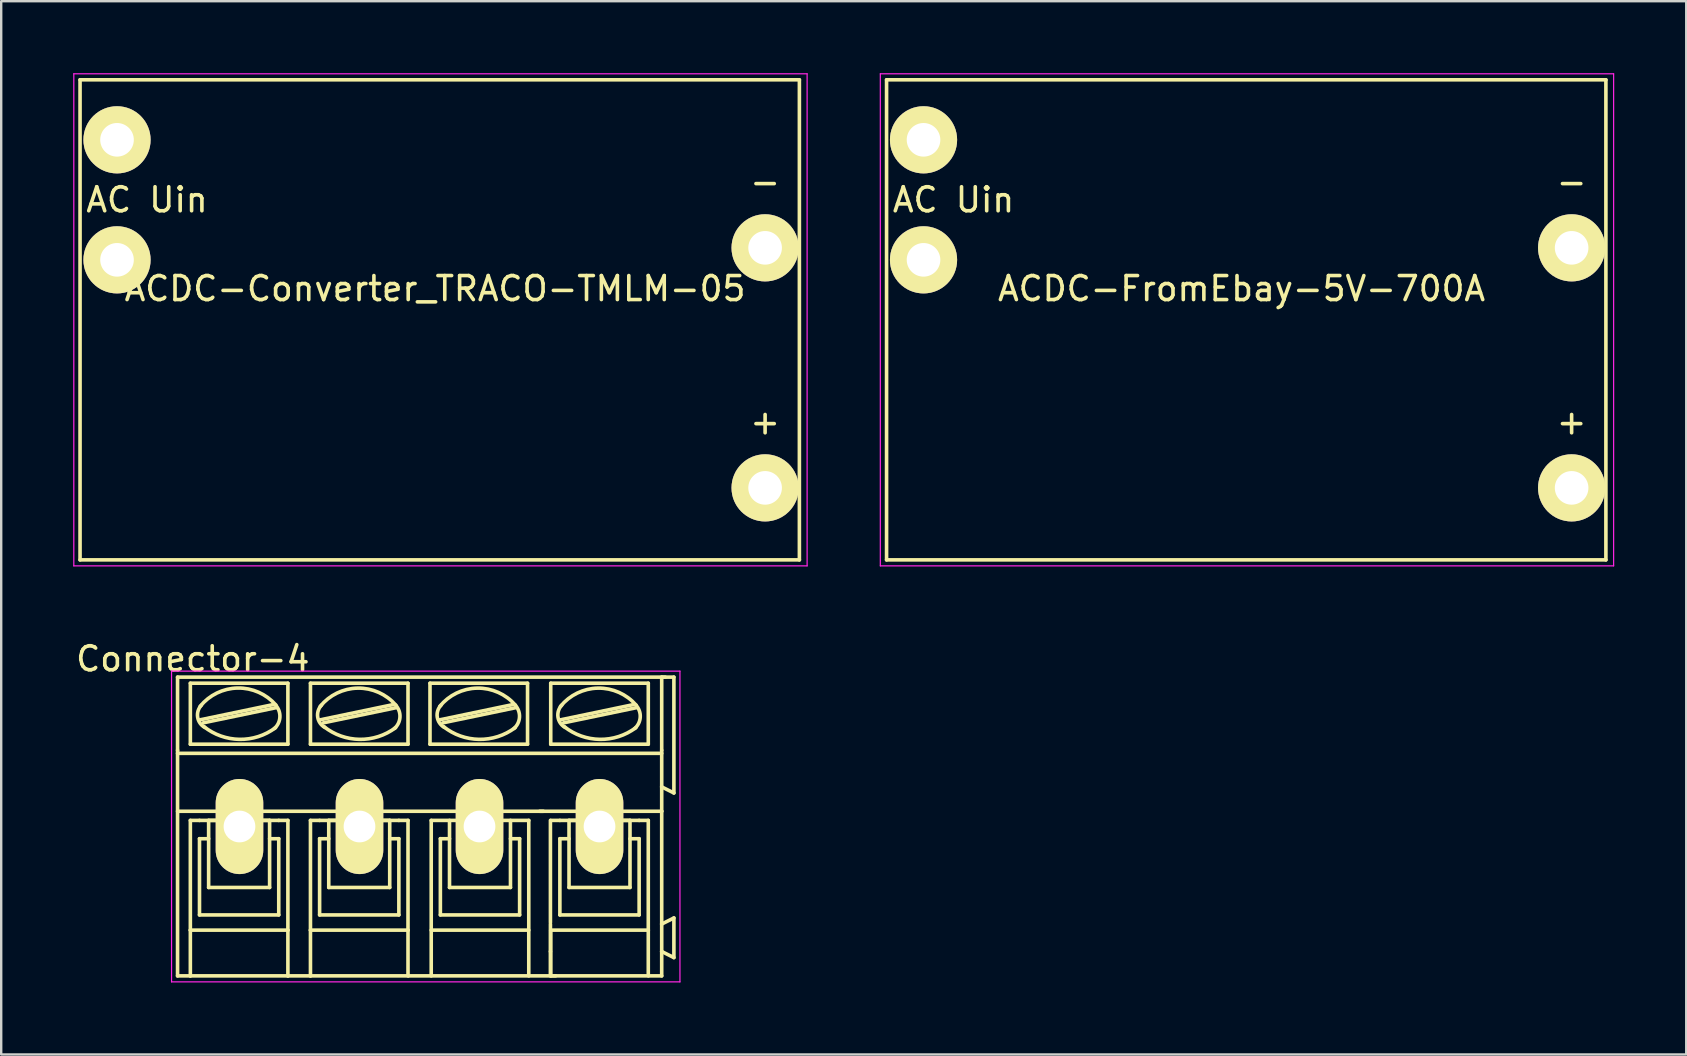
<source format=kicad_pcb>
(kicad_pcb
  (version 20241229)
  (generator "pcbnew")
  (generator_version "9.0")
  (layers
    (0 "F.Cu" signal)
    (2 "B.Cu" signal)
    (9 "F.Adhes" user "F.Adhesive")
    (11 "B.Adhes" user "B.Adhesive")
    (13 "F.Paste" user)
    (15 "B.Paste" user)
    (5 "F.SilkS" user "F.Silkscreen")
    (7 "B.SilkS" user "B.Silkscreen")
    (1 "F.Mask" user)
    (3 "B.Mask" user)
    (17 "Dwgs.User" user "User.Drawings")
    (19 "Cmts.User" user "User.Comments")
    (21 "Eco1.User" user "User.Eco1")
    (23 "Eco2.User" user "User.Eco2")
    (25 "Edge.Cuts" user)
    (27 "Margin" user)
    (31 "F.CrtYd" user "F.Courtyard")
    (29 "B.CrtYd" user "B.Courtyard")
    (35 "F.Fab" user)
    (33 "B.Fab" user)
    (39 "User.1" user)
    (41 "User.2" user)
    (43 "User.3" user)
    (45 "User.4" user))
  (footprint "Connector-4"
    (layer "F.Cu")
    (at 6.927 31.383)
    (property "Reference" "Connector-4" (at -1.945 -6.985 0) (layer "F.SilkS") (effects (font (size 1 1) (thickness 0.15))))
    (attr exclude_from_pos_files exclude_from_bom)
    (fp_line (start -2.58 -3.175) (end -2.58 -6.223) (stroke (width 0.15) (type solid)) (layer "F.SilkS"))
    (fp_line (start -2.58 -0.635) (end -2.58 -3.175) (stroke (width 0.15) (type solid)) (layer "F.SilkS"))
    (fp_line (start -2.58 6.223) (end -2.58 -0.635) (stroke (width 0.15) (type solid)) (layer "F.SilkS"))
    (fp_line (start -2.58 6.223) (end -2.047 6.223) (stroke (width 0.15) (type solid)) (layer "F.SilkS"))
    (fp_line (start -2.047 -3.429) (end -2.047 -5.969) (stroke (width 0.15) (type solid)) (layer "F.SilkS"))
    (fp_line (start -2.047 -0.254) (end -2.047 4.318) (stroke (width 0.15) (type solid)) (layer "F.SilkS"))
    (fp_line (start -2.047 -0.254) (end -1.666 -0.254) (stroke (width 0.15) (type solid)) (layer "F.SilkS"))
    (fp_line (start -2.047 4.318) (end -2.047 6.223) (stroke (width 0.15) (type solid)) (layer "F.SilkS"))
    (fp_line (start -2.047 6.223) (end 2.017 6.223) (stroke (width 0.15) (type solid)) (layer "F.SilkS"))
    (fp_line (start -1.666 0.508) (end -1.285 0.508) (stroke (width 0.15) (type solid)) (layer "F.SilkS"))
    (fp_line (start -1.666 3.683) (end -1.666 0.508) (stroke (width 0.15) (type solid)) (layer "F.SilkS"))
    (fp_line (start -1.64 -4.445) (end 1.41 -5.08) (stroke (width 0.15) (type solid)) (layer "F.SilkS"))
    (fp_line (start -1.513 -4.318) (end 1.535 -4.953) (stroke (width 0.15) (type solid)) (layer "F.SilkS"))
    (fp_line (start -1.285 -0.254) (end 1.255 -0.254) (stroke (width 0.15) (type solid)) (layer "F.SilkS"))
    (fp_line (start -1.285 2.54) (end -1.285 -0.254) (stroke (width 0.15) (type solid)) (layer "F.SilkS"))
    (fp_line (start -1.285 2.54) (end 1.255 2.54) (stroke (width 0.15) (type solid)) (layer "F.SilkS"))
    (fp_line (start 1.255 2.54) (end 1.255 -0.254) (stroke (width 0.15) (type solid)) (layer "F.SilkS"))
    (fp_line (start 1.636 -0.254) (end -1.666 -0.254) (stroke (width 0.15) (type solid)) (layer "F.SilkS"))
    (fp_line (start 1.636 0.508) (end 1.255 0.508) (stroke (width 0.15) (type solid)) (layer "F.SilkS"))
    (fp_line (start 1.636 3.683) (end -1.666 3.683) (stroke (width 0.15) (type solid)) (layer "F.SilkS"))
    (fp_line (start 1.636 3.683) (end 1.636 0.508) (stroke (width 0.15) (type solid)) (layer "F.SilkS"))
    (fp_line (start 2.017 -5.969) (end -2.047 -5.969) (stroke (width 0.15) (type solid)) (layer "F.SilkS"))
    (fp_line (start 2.017 -3.429) (end -2.047 -3.429) (stroke (width 0.15) (type solid)) (layer "F.SilkS"))
    (fp_line (start 2.017 -3.429) (end 2.017 -5.969) (stroke (width 0.15) (type solid)) (layer "F.SilkS"))
    (fp_line (start 2.017 -0.254) (end 1.636 -0.254) (stroke (width 0.15) (type solid)) (layer "F.SilkS"))
    (fp_line (start 2.017 4.318) (end -2.047 4.318) (stroke (width 0.15) (type solid)) (layer "F.SilkS"))
    (fp_line (start 2.017 4.318) (end 2.017 -0.254) (stroke (width 0.15) (type solid)) (layer "F.SilkS"))
    (fp_line (start 2.017 6.223) (end 2.017 4.318) (stroke (width 0.15) (type solid)) (layer "F.SilkS"))
    (fp_line (start 2.017 6.223) (end 2.957 6.223) (stroke (width 0.15) (type solid)) (layer "F.SilkS"))
    (fp_line (start 2.957 -5.969) (end 7.021 -5.969) (stroke (width 0.15) (type solid)) (layer "F.SilkS"))
    (fp_line (start 2.957 -3.429) (end 2.957 -5.969) (stroke (width 0.15) (type solid)) (layer "F.SilkS"))
    (fp_line (start 2.957 -0.254) (end 3.338 -0.254) (stroke (width 0.15) (type solid)) (layer "F.SilkS"))
    (fp_line (start 2.957 4.318) (end 2.957 -0.254) (stroke (width 0.15) (type solid)) (layer "F.SilkS"))
    (fp_line (start 2.957 4.318) (end 7.021 4.318) (stroke (width 0.15) (type solid)) (layer "F.SilkS"))
    (fp_line (start 2.957 6.223) (end 2.957 4.318) (stroke (width 0.15) (type solid)) (layer "F.SilkS"))
    (fp_line (start 2.957 6.223) (end 7.021 6.223) (stroke (width 0.15) (type solid)) (layer "F.SilkS"))
    (fp_line (start 3.338 -0.254) (end 6.64 -0.254) (stroke (width 0.15) (type solid)) (layer "F.SilkS"))
    (fp_line (start 3.338 0.508) (end 3.719 0.508) (stroke (width 0.15) (type solid)) (layer "F.SilkS"))
    (fp_line (start 3.338 3.683) (end 3.338 0.508) (stroke (width 0.15) (type solid)) (layer "F.SilkS"))
    (fp_line (start 3.364 -4.445) (end 6.412 -5.08) (stroke (width 0.15) (type solid)) (layer "F.SilkS"))
    (fp_line (start 3.491 -4.318) (end 6.539 -4.953) (stroke (width 0.15) (type solid)) (layer "F.SilkS"))
    (fp_line (start 3.719 -0.254) (end 6.259 -0.254) (stroke (width 0.15) (type solid)) (layer "F.SilkS"))
    (fp_line (start 3.719 2.54) (end 3.719 -0.254) (stroke (width 0.15) (type solid)) (layer "F.SilkS"))
    (fp_line (start 3.719 2.54) (end 6.259 2.54) (stroke (width 0.15) (type solid)) (layer "F.SilkS"))
    (fp_line (start 6.259 2.54) (end 6.259 -0.254) (stroke (width 0.15) (type solid)) (layer "F.SilkS"))
    (fp_line (start 6.64 0.508) (end 6.259 0.508) (stroke (width 0.15) (type solid)) (layer "F.SilkS"))
    (fp_line (start 6.64 3.683) (end 3.338 3.683) (stroke (width 0.15) (type solid)) (layer "F.SilkS"))
    (fp_line (start 6.64 3.683) (end 6.64 0.508) (stroke (width 0.15) (type solid)) (layer "F.SilkS"))
    (fp_line (start 7.021 -5.969) (end 7.021 -3.429) (stroke (width 0.15) (type solid)) (layer "F.SilkS"))
    (fp_line (start 7.021 -3.429) (end 2.957 -3.429) (stroke (width 0.15) (type solid)) (layer "F.SilkS"))
    (fp_line (start 7.021 -0.254) (end 6.64 -0.254) (stroke (width 0.15) (type solid)) (layer "F.SilkS"))
    (fp_line (start 7.021 -0.254) (end 7.021 4.318) (stroke (width 0.15) (type solid)) (layer "F.SilkS"))
    (fp_line (start 7.021 4.318) (end 7.021 6.223) (stroke (width 0.15) (type solid)) (layer "F.SilkS"))
    (fp_line (start 7.937 -5.969) (end 12.001 -5.969) (stroke (width 0.15) (type solid)) (layer "F.SilkS"))
    (fp_line (start 7.937 -3.429) (end 7.937 -5.969) (stroke (width 0.15) (type solid)) (layer "F.SilkS"))
    (fp_line (start 7.988 -0.254) (end 12.052 -0.254) (stroke (width 0.15) (type solid)) (layer "F.SilkS"))
    (fp_line (start 7.988 4.318) (end 12.052 4.318) (stroke (width 0.15) (type solid)) (layer "F.SilkS"))
    (fp_line (start 7.988 6.223) (end 7.988 -0.254) (stroke (width 0.15) (type solid)) (layer "F.SilkS"))
    (fp_line (start 8.344 -4.445) (end 11.392 -5.08) (stroke (width 0.15) (type solid)) (layer "F.SilkS"))
    (fp_line (start 8.369 0.508) (end 8.369 3.683) (stroke (width 0.15) (type solid)) (layer "F.SilkS"))
    (fp_line (start 8.369 0.508) (end 8.75 0.508) (stroke (width 0.15) (type solid)) (layer "F.SilkS"))
    (fp_line (start 8.369 3.683) (end 11.671 3.683) (stroke (width 0.15) (type solid)) (layer "F.SilkS"))
    (fp_line (start 8.471 -4.318) (end 11.519 -4.953) (stroke (width 0.15) (type solid)) (layer "F.SilkS"))
    (fp_line (start 8.75 -0.254) (end 8.75 2.54) (stroke (width 0.15) (type solid)) (layer "F.SilkS"))
    (fp_line (start 8.75 2.54) (end 11.29 2.54) (stroke (width 0.15) (type solid)) (layer "F.SilkS"))
    (fp_line (start 11.29 2.54) (end 11.29 -0.254) (stroke (width 0.15) (type solid)) (layer "F.SilkS"))
    (fp_line (start 11.671 0.508) (end 11.29 0.508) (stroke (width 0.15) (type solid)) (layer "F.SilkS"))
    (fp_line (start 11.671 3.683) (end 11.671 0.508) (stroke (width 0.15) (type solid)) (layer "F.SilkS"))
    (fp_line (start 12.001 -5.969) (end 12.001 -3.429) (stroke (width 0.15) (type solid)) (layer "F.SilkS"))
    (fp_line (start 12.001 -3.429) (end 7.937 -3.429) (stroke (width 0.15) (type solid)) (layer "F.SilkS"))
    (fp_line (start 12.052 6.223) (end 12.052 -0.254) (stroke (width 0.15) (type solid)) (layer "F.SilkS"))
    (fp_line (start 12.51 -0.635) (end 17.59 -0.635) (stroke (width 0.15) (type solid)) (layer "F.SilkS"))
    (fp_line (start 12.66 -0.635) (end -2.517 -0.635) (stroke (width 0.15) (type solid)) (layer "F.SilkS"))
    (fp_line (start 12.954 4) (end 12.954 -0.254) (stroke (width 0.15) (type solid)) (layer "F.SilkS"))
    (fp_line (start 12.954 4.064) (end 12.954 5.207) (stroke (width 0.15) (type solid)) (layer "F.SilkS"))
    (fp_line (start 12.954 5.207) (end 12.954 6.223) (stroke (width 0.15) (type solid)) (layer "F.SilkS"))
    (fp_line (start 12.967 -5.969) (end 17.031 -5.969) (stroke (width 0.15) (type solid)) (layer "F.SilkS"))
    (fp_line (start 12.967 -3.429) (end 12.967 -5.969) (stroke (width 0.15) (type solid)) (layer "F.SilkS"))
    (fp_line (start 12.967 -0.254) (end 13.348 -0.254) (stroke (width 0.15) (type solid)) (layer "F.SilkS"))
    (fp_line (start 12.967 4.318) (end 17.031 4.318) (stroke (width 0.15) (type solid)) (layer "F.SilkS"))
    (fp_line (start 12.967 6.223) (end 12.967 4.318) (stroke (width 0.15) (type solid)) (layer "F.SilkS"))
    (fp_line (start 13.168 6.223) (end 7.072 6.223) (stroke (width 0.15) (type solid)) (layer "F.SilkS"))
    (fp_line (start 13.348 -0.254) (end 16.65 -0.254) (stroke (width 0.15) (type solid)) (layer "F.SilkS"))
    (fp_line (start 13.348 0.508) (end 13.729 0.508) (stroke (width 0.15) (type solid)) (layer "F.SilkS"))
    (fp_line (start 13.348 3.683) (end 13.348 0.508) (stroke (width 0.15) (type solid)) (layer "F.SilkS"))
    (fp_line (start 13.374 -4.445) (end 16.422 -5.08) (stroke (width 0.15) (type solid)) (layer "F.SilkS"))
    (fp_line (start 13.501 -4.318) (end 16.549 -4.953) (stroke (width 0.15) (type solid)) (layer "F.SilkS"))
    (fp_line (start 13.729 -0.254) (end 16.269 -0.254) (stroke (width 0.15) (type solid)) (layer "F.SilkS"))
    (fp_line (start 13.729 2.54) (end 13.729 -0.254) (stroke (width 0.15) (type solid)) (layer "F.SilkS"))
    (fp_line (start 13.729 2.54) (end 16.269 2.54) (stroke (width 0.15) (type solid)) (layer "F.SilkS"))
    (fp_line (start 16.269 2.54) (end 16.269 -0.254) (stroke (width 0.15) (type solid)) (layer "F.SilkS"))
    (fp_line (start 16.65 0.508) (end 16.269 0.508) (stroke (width 0.15) (type solid)) (layer "F.SilkS"))
    (fp_line (start 16.65 3.683) (end 13.348 3.683) (stroke (width 0.15) (type solid)) (layer "F.SilkS"))
    (fp_line (start 16.65 3.683) (end 16.65 0.508) (stroke (width 0.15) (type solid)) (layer "F.SilkS"))
    (fp_line (start 16.955 6.223) (end 13.018 6.223) (stroke (width 0.15) (type solid)) (layer "F.SilkS"))
    (fp_line (start 17.031 -5.969) (end 17.031 -3.429) (stroke (width 0.15) (type solid)) (layer "F.SilkS"))
    (fp_line (start 17.031 -3.429) (end 12.967 -3.429) (stroke (width 0.15) (type solid)) (layer "F.SilkS"))
    (fp_line (start 17.031 -0.254) (end 16.65 -0.254) (stroke (width 0.15) (type solid)) (layer "F.SilkS"))
    (fp_line (start 17.031 -0.254) (end 17.031 4.318) (stroke (width 0.15) (type solid)) (layer "F.SilkS"))
    (fp_line (start 17.031 4.318) (end 17.031 6.223) (stroke (width 0.15) (type solid)) (layer "F.SilkS"))
    (fp_line (start 17.031 6.223) (end 17.59 6.223) (stroke (width 0.15) (type solid)) (layer "F.SilkS"))
    (fp_line (start 17.59 -6.223) (end 17.59 -3.175) (stroke (width 0.15) (type solid)) (layer "F.SilkS"))
    (fp_line (start 17.59 -6.223) (end 18.098 -6.223) (stroke (width 0.15) (type solid)) (layer "F.SilkS"))
    (fp_line (start 17.59 -3.175) (end 17.59 -1.651) (stroke (width 0.15) (type solid)) (layer "F.SilkS"))
    (fp_line (start 17.59 -3.048) (end -2.58 -3.048) (stroke (width 0.15) (type solid)) (layer "F.SilkS"))
    (fp_line (start 17.59 -1.651) (end 17.59 -0.635) (stroke (width 0.15) (type solid)) (layer "F.SilkS"))
    (fp_line (start 17.59 -0.635) (end 17.59 4.064) (stroke (width 0.15) (type solid)) (layer "F.SilkS"))
    (fp_line (start 17.59 4.064) (end 17.59 5.207) (stroke (width 0.15) (type solid)) (layer "F.SilkS"))
    (fp_line (start 17.59 5.207) (end 17.59 6.223) (stroke (width 0.15) (type solid)) (layer "F.SilkS"))
    (fp_line (start 17.74 -6.223) (end -2.58 -6.223) (stroke (width 0.15) (type solid)) (layer "F.SilkS"))
    (fp_line (start 18.098 -6.223) (end 18.098 -1.397) (stroke (width 0.15) (type solid)) (layer "F.SilkS"))
    (fp_line (start 18.098 -1.397) (end 17.59 -1.651) (stroke (width 0.15) (type solid)) (layer "F.SilkS"))
    (fp_line (start 18.098 3.81) (end 17.59 4.064) (stroke (width 0.15) (type solid)) (layer "F.SilkS"))
    (fp_line (start 18.098 3.81) (end 18.098 5.461) (stroke (width 0.15) (type solid)) (layer "F.SilkS"))
    (fp_line (start 18.098 5.461) (end 17.59 5.207) (stroke (width 0.15) (type solid)) (layer "F.SilkS"))
    (fp_arc (start -1.6402 -5.0038) (mid -0.075347 -5.768837) (end 1.516573 -5.061847) (stroke (width 0.15) (type solid)) (layer "F.SilkS"))
    (fp_arc (start -1.44462 -4.1275) (mid -1.742784 -4.553845) (end -1.58952 -5.051019) (stroke (width 0.15) (type solid)) (layer "F.SilkS"))
    (fp_arc (start 1.50178 -4.11734) (mid -0.000269 -3.630479) (end -1.485988 -4.165104) (stroke (width 0.15) (type solid)) (layer "F.SilkS"))
    (fp_arc (start 1.5094 -5.05206) (mid 1.683736 -4.555962) (end 1.45415 -4.08289) (stroke (width 0.15) (type solid)) (layer "F.SilkS"))
    (fp_arc (start 3.3636 -5.0038) (mid 4.926638 -5.764946) (end 6.514411 -5.056844) (stroke (width 0.15) (type solid)) (layer "F.SilkS"))
    (fp_arc (start 3.55664 -4.1275) (mid 3.259456 -4.555849) (end 3.414903 -5.053481) (stroke (width 0.15) (type solid)) (layer "F.SilkS"))
    (fp_arc (start 6.50304 -4.11734) (mid 5.000991 -3.630479) (end 3.515272 -4.165104) (stroke (width 0.15) (type solid)) (layer "F.SilkS"))
    (fp_arc (start 6.51066 -5.05206) (mid 6.685748 -4.557765) (end 6.457972 -4.085429) (stroke (width 0.15) (type solid)) (layer "F.SilkS"))
    (fp_arc (start 8.3436 -5.0038) (mid 9.906638 -5.764946) (end 11.494411 -5.056844) (stroke (width 0.15) (type solid)) (layer "F.SilkS"))
    (fp_arc (start 8.53664 -4.1275) (mid 8.239456 -4.555849) (end 8.394903 -5.053481) (stroke (width 0.15) (type solid)) (layer "F.SilkS"))
    (fp_arc (start 11.48304 -4.11734) (mid 9.980991 -3.630479) (end 8.495272 -4.165104) (stroke (width 0.15) (type solid)) (layer "F.SilkS"))
    (fp_arc (start 11.49066 -5.05206) (mid 11.665748 -4.557765) (end 11.437972 -4.085429) (stroke (width 0.15) (type solid)) (layer "F.SilkS"))
    (fp_arc (start 13.3736 -5.0038) (mid 14.936638 -5.764946) (end 16.524411 -5.056844) (stroke (width 0.15) (type solid)) (layer "F.SilkS"))
    (fp_arc (start 13.56664 -4.1275) (mid 13.269456 -4.555849) (end 13.424903 -5.053481) (stroke (width 0.15) (type solid)) (layer "F.SilkS"))
    (fp_arc (start 16.51304 -4.11734) (mid 15.010991 -3.630479) (end 13.525272 -4.165104) (stroke (width 0.15) (type solid)) (layer "F.SilkS"))
    (fp_arc (start 16.52066 -5.05206) (mid 16.695748 -4.557765) (end 16.467972 -4.085429) (stroke (width 0.15) (type solid)) (layer "F.SilkS"))
    (fp_line (start -2.83 -6.473) (end -2.83 6.473) (stroke (width 0.05) (type solid)) (layer "F.CrtYd"))
    (fp_line (start -2.83 -6.473) (end 18.35 -6.473) (stroke (width 0.05) (type solid)) (layer "F.CrtYd"))
    (fp_line (start -2.83 6.473) (end 18.35 6.473) (stroke (width 0.05) (type solid)) (layer "F.CrtYd"))
    (fp_line (start 18.35 -6.473) (end 18.35 6.473) (stroke (width 0.05) (type solid)) (layer "F.CrtYd"))
    (pad "1" thru_hole oval (at 0 0) (size 1.981 3.962) (drill 1.321) (layers "*.Cu" "*.Mask" "F.SilkS"))
    (pad "2" thru_hole oval (at 5 0) (size 1.981 3.962) (drill 1.321) (layers "*.Cu" "*.Mask" "F.SilkS"))
    (pad "3" thru_hole oval (at 10 0) (size 1.981 3.962) (drill 1.321) (layers "*.Cu" "*.Mask" "F.SilkS"))
    (pad "4" thru_hole oval (at 15 0) (size 1.981 3.962) (drill 1.321) (layers "*.Cu" "*.Mask" "F.SilkS")))
  (footprint "ACDC-Converter_TRACO-TMLM-05"
    (layer "F.Cu")
    (at 2.825 13.275)
    (property "Reference" "ACDC-Converter_TRACO-TMLM-05" (at 12.25 -4.3 0) (layer "F.SilkS") (effects (font (size 1 1) (thickness 0.15))))
    (attr through_hole)
    (fp_line (start -2.54 -13) (end 27.428 -13) (stroke (width 0.15) (type solid)) (layer "F.SilkS"))
    (fp_line (start -2.54 7) (end -2.54 -13) (stroke (width 0.15) (type solid)) (layer "F.SilkS"))
    (fp_line (start 27.428 -13) (end 27.428 7) (stroke (width 0.15) (type solid)) (layer "F.SilkS"))
    (fp_line (start 27.428 7) (end -2.54 7) (stroke (width 0.15) (type solid)) (layer "F.SilkS"))
    (fp_line (start -2.8 -13.25) (end -2.8 7.25) (stroke (width 0.05) (type solid)) (layer "F.CrtYd"))
    (fp_line (start -2.8 -13.25) (end 27.75 -13.25) (stroke (width 0.05) (type solid)) (layer "F.CrtYd"))
    (fp_line (start -2.8 7.25) (end 27.75 7.25) (stroke (width 0.05) (type solid)) (layer "F.CrtYd"))
    (fp_line (start 27.75 -13.25) (end 27.75 7.25) (stroke (width 0.05) (type solid)) (layer "F.CrtYd"))
    (fp_text user "-" (at 26 -8.75 0) (layer "F.SilkS") (effects (font (size 1 1) (thickness 0.15))))
    (fp_text user "+" (at 26 1.25 0) (layer "F.SilkS") (effects (font (size 1 1) (thickness 0.15))))
    (fp_text user "AC Uin" (at 0.25 -8 180) (layer "F.SilkS") (effects (font (size 1 1) (thickness 0.15))))
    (pad "1" thru_hole circle (at -1 -10.5) (size 2.799 2.799) (drill 1.4) (layers "*.Cu" "*.Mask" "F.SilkS"))
    (pad "2" thru_hole circle (at -1 -5.5) (size 2.799 2.799) (drill 1.4) (layers "*.Cu" "*.Mask" "F.SilkS"))
    (pad "3" thru_hole circle (at 26 4) (size 2.799 2.799) (drill 1.4) (layers "*.Cu" "*.Mask" "F.SilkS"))
    (pad "4" thru_hole circle (at 26 -6) (size 2.799 2.799) (drill 1.4) (layers "*.Cu" "*.Mask" "F.SilkS")))
  (footprint "ACDC-FromEbay-5V-700A"
    (layer "F.Cu")
    (at 36.425 13.275)
    (property "Reference" "ACDC-FromEbay-5V-700A" (at 12.25 -4.3 0) (layer "F.SilkS") (effects (font (size 1 1) (thickness 0.15))))
    (attr through_hole)
    (fp_line (start -2.54 -13) (end 27.428 -13) (stroke (width 0.15) (type solid)) (layer "F.SilkS"))
    (fp_line (start -2.54 7) (end -2.54 -13) (stroke (width 0.15) (type solid)) (layer "F.SilkS"))
    (fp_line (start 27.428 -13) (end 27.428 7) (stroke (width 0.15) (type solid)) (layer "F.SilkS"))
    (fp_line (start 27.428 7) (end -2.54 7) (stroke (width 0.15) (type solid)) (layer "F.SilkS"))
    (fp_line (start -2.8 -13.25) (end -2.8 7.25) (stroke (width 0.05) (type solid)) (layer "F.CrtYd"))
    (fp_line (start -2.8 -13.25) (end 27.75 -13.25) (stroke (width 0.05) (type solid)) (layer "F.CrtYd"))
    (fp_line (start -2.8 7.25) (end 27.75 7.25) (stroke (width 0.05) (type solid)) (layer "F.CrtYd"))
    (fp_line (start 27.75 -13.25) (end 27.75 7.25) (stroke (width 0.05) (type solid)) (layer "F.CrtYd"))
    (fp_text user "+" (at 26 1.25 0) (layer "F.SilkS") (effects (font (size 1 1) (thickness 0.15))))
    (fp_text user "AC Uin" (at 0.25 -8 180) (layer "F.SilkS") (effects (font (size 1 1) (thickness 0.15))))
    (fp_text user "-" (at 26 -8.75 0) (layer "F.SilkS") (effects (font (size 1 1) (thickness 0.15))))
    (pad "1" thru_hole circle (at -1 -10.5) (size 2.799 2.799) (drill 1.4) (layers "*.Cu" "*.Mask" "F.SilkS"))
    (pad "2" thru_hole circle (at -1 -5.5) (size 2.799 2.799) (drill 1.4) (layers "*.Cu" "*.Mask" "F.SilkS"))
    (pad "3" thru_hole circle (at 26 4) (size 2.799 2.799) (drill 1.4) (layers "*.Cu" "*.Mask" "F.SilkS"))
    (pad "4" thru_hole circle (at 26 -6) (size 2.799 2.799) (drill 1.4) (layers "*.Cu" "*.Mask" "F.SilkS")))
  (gr_rect
    (start -3 -3)
    (end 67.2 40.881)
    (stroke (width 0.1) (type default))
    (fill no)
    (layer "Edge.Cuts")))
</source>
